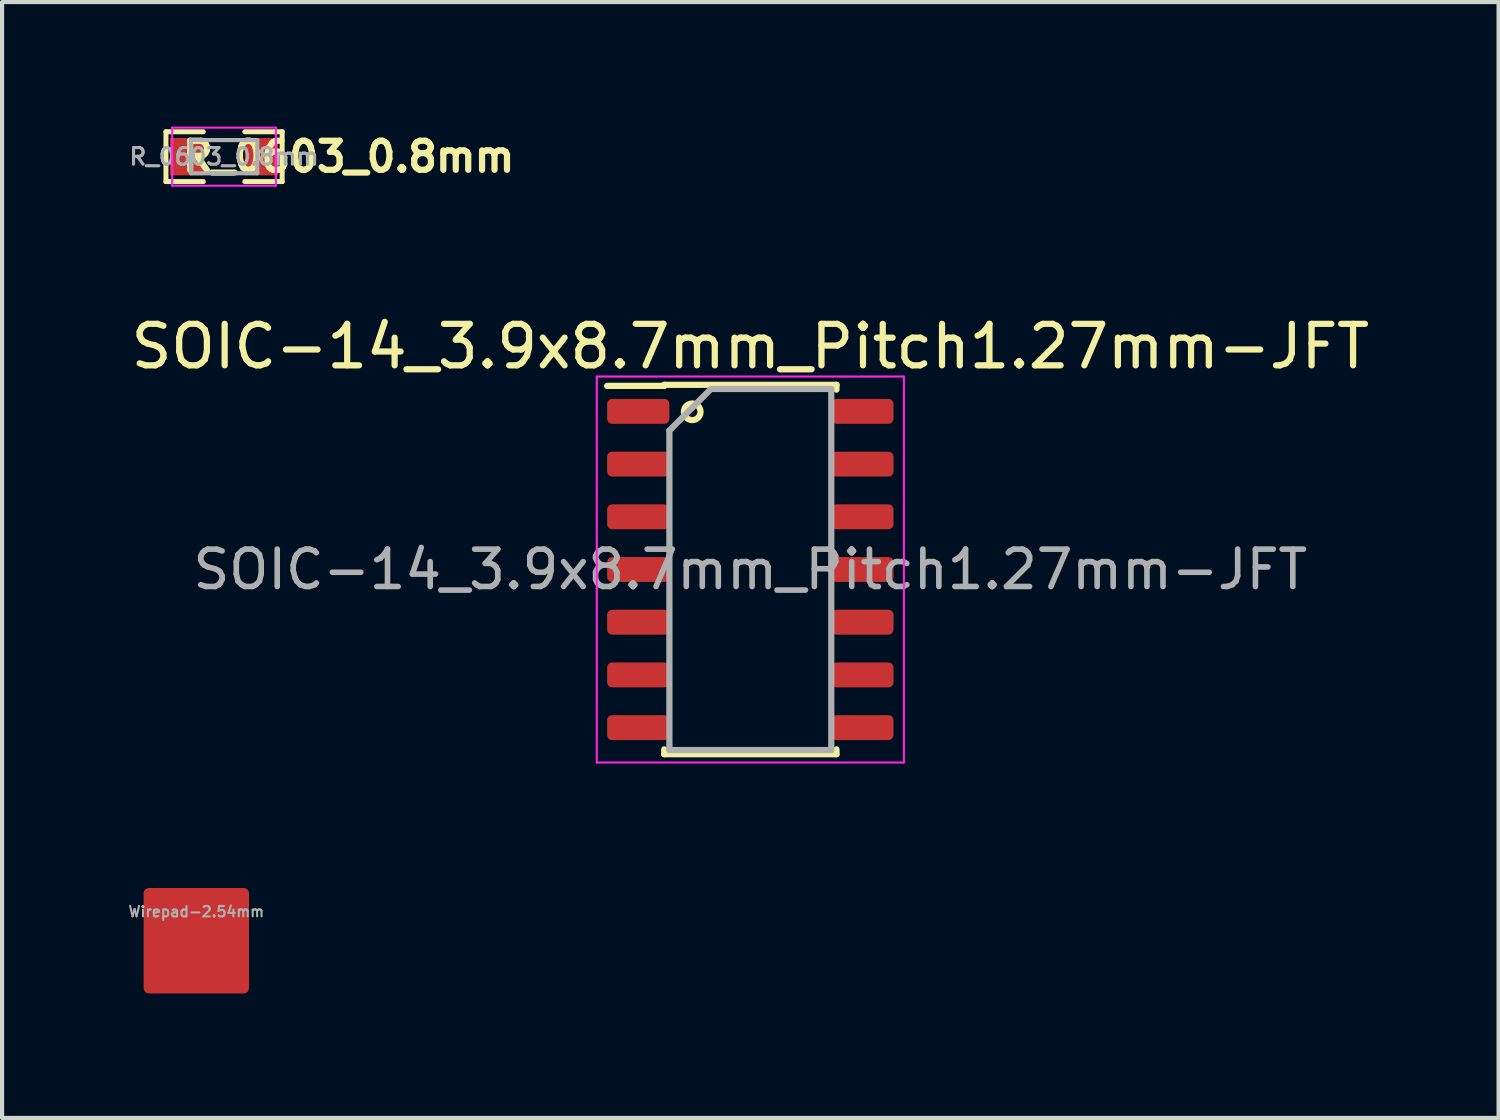
<source format=kicad_pcb>
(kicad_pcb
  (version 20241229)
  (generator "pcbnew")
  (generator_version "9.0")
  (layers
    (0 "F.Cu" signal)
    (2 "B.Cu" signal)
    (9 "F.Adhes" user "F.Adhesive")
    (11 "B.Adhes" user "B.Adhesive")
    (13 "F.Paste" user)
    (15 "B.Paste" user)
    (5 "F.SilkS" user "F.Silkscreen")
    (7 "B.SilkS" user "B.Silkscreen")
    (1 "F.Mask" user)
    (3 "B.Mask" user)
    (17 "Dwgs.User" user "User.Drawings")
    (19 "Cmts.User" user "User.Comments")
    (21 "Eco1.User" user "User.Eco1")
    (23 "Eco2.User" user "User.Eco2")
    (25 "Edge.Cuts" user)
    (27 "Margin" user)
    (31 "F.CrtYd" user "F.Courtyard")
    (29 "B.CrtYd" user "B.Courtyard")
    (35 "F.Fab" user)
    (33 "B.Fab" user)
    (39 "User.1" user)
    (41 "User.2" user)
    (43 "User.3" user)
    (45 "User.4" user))
  (footprint "SOIC-14_3.9x8.7mm_Pitch1.27mm-JFT"
    (layer "F.Cu")
    (at 15.03 10.673)
    (property "Reference" "SOIC-14_3.9x8.7mm_Pitch1.27mm-JFT" (at 0 -5.375 0) (layer "F.SilkS") (effects (font (size 1 1) (thickness 0.15))))
    (attr smd)
    (fp_line (start -2.075 -4.45) (end -2.075 -4.425) (stroke (width 0.15) (type solid)) (layer "F.SilkS"))
    (fp_line (start -2.075 -4.45) (end 2.075 -4.45) (stroke (width 0.15) (type solid)) (layer "F.SilkS"))
    (fp_line (start -2.075 -4.425) (end -3.45 -4.425) (stroke (width 0.15) (type solid)) (layer "F.SilkS"))
    (fp_line (start -2.075 4.45) (end -2.075 4.335) (stroke (width 0.15) (type solid)) (layer "F.SilkS"))
    (fp_line (start -2.075 4.45) (end 2.075 4.45) (stroke (width 0.15) (type solid)) (layer "F.SilkS"))
    (fp_line (start 2.075 -4.45) (end 2.075 -4.335) (stroke (width 0.15) (type solid)) (layer "F.SilkS"))
    (fp_line (start 2.075 4.45) (end 2.075 4.335) (stroke (width 0.15) (type solid)) (layer "F.SilkS"))
    (fp_circle (center -1.4 -3.8) (end -1.2 -3.8) (stroke (width 0.15) (type solid)) (fill no) (layer "F.SilkS"))
    (fp_line (start -3.7 -4.65) (end -3.7 4.65) (stroke (width 0.05) (type solid)) (layer "F.CrtYd"))
    (fp_line (start -3.7 -4.65) (end 3.7 -4.65) (stroke (width 0.05) (type solid)) (layer "F.CrtYd"))
    (fp_line (start -3.7 4.65) (end 3.7 4.65) (stroke (width 0.05) (type solid)) (layer "F.CrtYd"))
    (fp_line (start 3.7 -4.65) (end 3.7 4.65) (stroke (width 0.05) (type solid)) (layer "F.CrtYd"))
    (fp_line (start -1.95 -3.35) (end -0.95 -4.35) (stroke (width 0.15) (type solid)) (layer "F.Fab"))
    (fp_line (start -1.95 4.35) (end -1.95 -3.35) (stroke (width 0.15) (type solid)) (layer "F.Fab"))
    (fp_line (start -0.95 -4.35) (end 1.95 -4.35) (stroke (width 0.15) (type solid)) (layer "F.Fab"))
    (fp_line (start 1.95 -4.35) (end 1.95 4.35) (stroke (width 0.15) (type solid)) (layer "F.Fab"))
    (fp_line (start 1.95 4.35) (end -1.95 4.35) (stroke (width 0.15) (type solid)) (layer "F.Fab"))
    (fp_text user "${REFERENCE}" (at 0 0 0) (layer "F.Fab") (effects (font (size 0.9 0.9) (thickness 0.135))))
    (pad "1" smd roundrect (at -2.7 -3.81) (size 1.5 0.6) (layers "F.Cu" "F.Mask" "F.Paste") (roundrect_rratio 0.2))
    (pad "2" smd roundrect (at -2.7 -2.54) (size 1.5 0.6) (layers "F.Cu" "F.Mask" "F.Paste") (roundrect_rratio 0.2))
    (pad "3" smd roundrect (at -2.7 -1.27) (size 1.5 0.6) (layers "F.Cu" "F.Mask" "F.Paste") (roundrect_rratio 0.2))
    (pad "4" smd roundrect (at -2.7 0) (size 1.5 0.6) (layers "F.Cu" "F.Mask" "F.Paste") (roundrect_rratio 0.2))
    (pad "5" smd roundrect (at -2.7 1.27) (size 1.5 0.6) (layers "F.Cu" "F.Mask" "F.Paste") (roundrect_rratio 0.2))
    (pad "6" smd roundrect (at -2.7 2.54) (size 1.5 0.6) (layers "F.Cu" "F.Mask" "F.Paste") (roundrect_rratio 0.2))
    (pad "7" smd roundrect (at -2.7 3.81) (size 1.5 0.6) (layers "F.Cu" "F.Mask" "F.Paste") (roundrect_rratio 0.2))
    (pad "8" smd roundrect (at 2.7 3.81) (size 1.5 0.6) (layers "F.Cu" "F.Mask" "F.Paste") (roundrect_rratio 0.2))
    (pad "9" smd roundrect (at 2.7 2.54) (size 1.5 0.6) (layers "F.Cu" "F.Mask" "F.Paste") (roundrect_rratio 0.2))
    (pad "10" smd roundrect (at 2.7 1.27) (size 1.5 0.6) (layers "F.Cu" "F.Mask" "F.Paste") (roundrect_rratio 0.2))
    (pad "11" smd roundrect (at 2.7 0) (size 1.5 0.6) (layers "F.Cu" "F.Mask" "F.Paste") (roundrect_rratio 0.2))
    (pad "12" smd roundrect (at 2.7 -1.27) (size 1.5 0.6) (layers "F.Cu" "F.Mask" "F.Paste") (roundrect_rratio 0.2))
    (pad "13" smd roundrect (at 2.7 -2.54) (size 1.5 0.6) (layers "F.Cu" "F.Mask" "F.Paste") (roundrect_rratio 0.2))
    (pad "14" smd roundrect (at 2.7 -3.81) (size 1.5 0.6) (layers "F.Cu" "F.Mask" "F.Paste") (roundrect_rratio 0.2)))
  (footprint "Wirepad-2.54mm"
    (layer "F.Cu")
    (at 1.681 19.618)
    (property "Reference" "Wirepad-2.54mm" (at 0 -0.7 0) (layer "F.Fab") (effects (font (size 0.25 0.25) (thickness 0.05))))
    (attr smd)
    (pad "1" smd roundrect (at 0 0 90) (size 2.54 2.54) (layers "F.Cu" "F.Mask" "F.Paste") (roundrect_rratio 0.05)))
  (footprint "R_0603_0.8mm"
    (layer "F.Cu")
    (at 2.349 0.725)
    (property "Reference" "R_0603_0.8mm" (at 3 0 0) (layer "F.SilkS") (effects (font (size 0.7 0.7) (thickness 0.15))))
    (attr smd)
    (fp_line (start -1.4 -0.6) (end -1.4 0.6) (stroke (width 0.12) (type solid)) (layer "F.SilkS"))
    (fp_line (start -1.4 -0.6) (end -0.5 -0.6) (stroke (width 0.12) (type solid)) (layer "F.SilkS"))
    (fp_line (start -1.4 0.6) (end -0.5 0.6) (stroke (width 0.12) (type solid)) (layer "F.SilkS"))
    (fp_line (start 0.5 -0.6) (end 1.4 -0.6) (stroke (width 0.12) (type solid)) (layer "F.SilkS"))
    (fp_line (start 0.5 0.6) (end 1.4 0.6) (stroke (width 0.12) (type solid)) (layer "F.SilkS"))
    (fp_line (start 1.4 -0.6) (end 1.4 0.6) (stroke (width 0.12) (type solid)) (layer "F.SilkS"))
    (fp_line (start -1.25 -0.7) (end -1.25 0.7) (stroke (width 0.05) (type solid)) (layer "F.CrtYd"))
    (fp_line (start -1.25 -0.7) (end 1.25 -0.7) (stroke (width 0.05) (type solid)) (layer "F.CrtYd"))
    (fp_line (start 1.25 0.7) (end -1.25 0.7) (stroke (width 0.05) (type solid)) (layer "F.CrtYd"))
    (fp_line (start 1.25 0.7) (end 1.25 -0.7) (stroke (width 0.05) (type solid)) (layer "F.CrtYd"))
    (fp_line (start -0.8 -0.4) (end 0.8 -0.4) (stroke (width 0.1) (type solid)) (layer "F.Fab"))
    (fp_line (start -0.8 0.4) (end -0.8 -0.4) (stroke (width 0.1) (type solid)) (layer "F.Fab"))
    (fp_line (start 0.8 -0.4) (end 0.8 0.4) (stroke (width 0.1) (type solid)) (layer "F.Fab"))
    (fp_line (start 0.8 0.4) (end -0.8 0.4) (stroke (width 0.1) (type solid)) (layer "F.Fab"))
    (fp_text user "${REFERENCE}" (at 0 0 0) (layer "F.Fab") (effects (font (size 0.4 0.4) (thickness 0.075))))
    (pad "1" smd rect (at -0.9 0) (size 0.8 0.9) (layers "F.Cu" "F.Mask" "F.Paste"))
    (pad "2" smd rect (at 0.9 0) (size 0.8 0.9) (layers "F.Cu" "F.Mask" "F.Paste")))
  (gr_rect
    (start -3 -3)
    (end 33.06 23.888)
    (stroke (width 0.1) (type default))
    (fill no)
    (layer "Edge.Cuts")))
</source>
